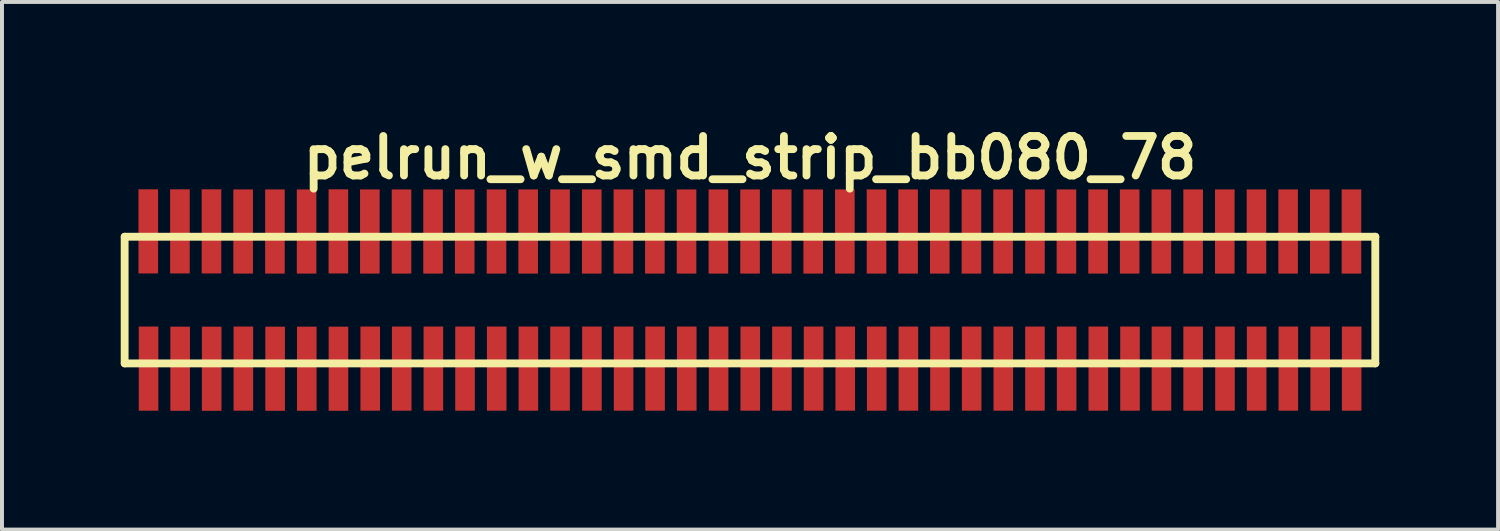
<source format=kicad_pcb>
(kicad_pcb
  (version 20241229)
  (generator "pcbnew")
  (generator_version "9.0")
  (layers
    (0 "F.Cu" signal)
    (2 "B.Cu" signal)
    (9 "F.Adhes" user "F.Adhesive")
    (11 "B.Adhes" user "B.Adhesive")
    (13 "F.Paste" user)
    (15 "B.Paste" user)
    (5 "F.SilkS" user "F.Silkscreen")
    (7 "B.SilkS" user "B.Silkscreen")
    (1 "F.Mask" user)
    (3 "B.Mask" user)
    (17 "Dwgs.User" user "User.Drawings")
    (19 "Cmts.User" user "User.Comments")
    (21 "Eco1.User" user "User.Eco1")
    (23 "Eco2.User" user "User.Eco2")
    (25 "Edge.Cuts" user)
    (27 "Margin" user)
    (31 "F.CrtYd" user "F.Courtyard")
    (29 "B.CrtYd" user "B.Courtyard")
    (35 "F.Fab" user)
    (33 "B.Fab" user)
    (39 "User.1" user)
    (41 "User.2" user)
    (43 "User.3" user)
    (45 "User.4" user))
  (footprint "pelrun_w_smd_strip_bb080_78"
    (layer "F.Cu")
    (at 15.9 4.531)
    (property "Reference" "pelrun_w_smd_strip_bb080_78" (at 0 -3.599 0) (layer "F.SilkS") (effects (font (size 0.998 0.998) (thickness 0.198))))
    (attr through_hole)
    (fp_line (start -15.801 -1.6) (end -15.801 1.6) (stroke (width 0.198) (type solid)) (layer "F.SilkS"))
    (fp_line (start -15.799 1.6) (end 15.799 1.6) (stroke (width 0.198) (type solid)) (layer "F.SilkS"))
    (fp_line (start 15.796 1.6) (end 15.796 -1.6) (stroke (width 0.198) (type solid)) (layer "F.SilkS"))
    (fp_line (start 15.799 -1.6) (end -15.799 -1.6) (stroke (width 0.198) (type solid)) (layer "F.SilkS"))
    (pad "1" smd rect (at -15.197 1.732) (size 0.495 2.126) (layers "F.Cu" "F.Mask" "F.Paste"))
    (pad "2" smd rect (at -15.204 -1.735) (size 0.495 2.126) (layers "F.Cu" "F.Mask" "F.Paste"))
    (pad "3" smd rect (at -14.399 1.735) (size 0.495 2.126) (layers "F.Cu" "F.Mask" "F.Paste"))
    (pad "4" smd rect (at -14.404 -1.735) (size 0.495 2.126) (layers "F.Cu" "F.Mask" "F.Paste"))
    (pad "5" smd rect (at -13.602 1.735) (size 0.495 2.126) (layers "F.Cu" "F.Mask" "F.Paste"))
    (pad "6" smd rect (at -13.607 -1.735) (size 0.495 2.126) (layers "F.Cu" "F.Mask" "F.Paste"))
    (pad "7" smd rect (at -12.802 1.732) (size 0.495 2.126) (layers "F.Cu" "F.Mask" "F.Paste"))
    (pad "8" smd rect (at -12.807 -1.732) (size 0.495 2.126) (layers "F.Cu" "F.Mask" "F.Paste"))
    (pad "9" smd rect (at -11.999 1.735) (size 0.495 2.126) (layers "F.Cu" "F.Mask" "F.Paste"))
    (pad "10" smd rect (at -12.004 -1.732) (size 0.495 2.126) (layers "F.Cu" "F.Mask" "F.Paste"))
    (pad "11" smd rect (at -11.199 1.735) (size 0.495 2.126) (layers "F.Cu" "F.Mask" "F.Paste"))
    (pad "12" smd rect (at -11.204 -1.732) (size 0.495 2.126) (layers "F.Cu" "F.Mask" "F.Paste"))
    (pad "13" smd rect (at -10.399 1.735) (size 0.495 2.126) (layers "F.Cu" "F.Mask" "F.Paste"))
    (pad "14" smd rect (at -10.401 -1.735) (size 0.495 2.126) (layers "F.Cu" "F.Mask" "F.Paste"))
    (pad "15" smd rect (at -9.596 1.732) (size 0.495 2.126) (layers "F.Cu" "F.Mask" "F.Paste"))
    (pad "16" smd rect (at -9.606 -1.732) (size 0.495 2.126) (layers "F.Cu" "F.Mask" "F.Paste"))
    (pad "17" smd rect (at -8.801 1.732) (size 0.495 2.126) (layers "F.Cu" "F.Mask" "F.Paste"))
    (pad "18" smd rect (at -8.806 -1.732) (size 0.495 2.126) (layers "F.Cu" "F.Mask" "F.Paste"))
    (pad "19" smd rect (at -8.001 1.732) (size 0.495 2.126) (layers "F.Cu" "F.Mask" "F.Paste"))
    (pad "20" smd rect (at -8.009 -1.732) (size 0.495 2.126) (layers "F.Cu" "F.Mask" "F.Paste"))
    (pad "21" smd rect (at -7.201 1.732) (size 0.495 2.126) (layers "F.Cu" "F.Mask" "F.Paste"))
    (pad "22" smd rect (at -7.209 -1.732) (size 0.495 2.126) (layers "F.Cu" "F.Mask" "F.Paste"))
    (pad "23" smd rect (at -6.401 1.732) (size 0.495 2.126) (layers "F.Cu" "F.Mask" "F.Paste"))
    (pad "24" smd rect (at -6.406 -1.732) (size 0.495 2.126) (layers "F.Cu" "F.Mask" "F.Paste"))
    (pad "25" smd rect (at -5.601 1.732) (size 0.495 2.126) (layers "F.Cu" "F.Mask" "F.Paste"))
    (pad "26" smd rect (at -5.606 -1.732) (size 0.495 2.126) (layers "F.Cu" "F.Mask" "F.Paste"))
    (pad "27" smd rect (at -4.801 1.732) (size 0.495 2.126) (layers "F.Cu" "F.Mask" "F.Paste"))
    (pad "28" smd rect (at -4.801 -1.732) (size 0.495 2.126) (layers "F.Cu" "F.Mask" "F.Paste"))
    (pad "29" smd rect (at -3.995 1.732) (size 0.495 2.126) (layers "F.Cu" "F.Mask" "F.Paste"))
    (pad "30" smd rect (at -4 -1.732) (size 0.495 2.126) (layers "F.Cu" "F.Mask" "F.Paste"))
    (pad "31" smd rect (at -3.195 1.732) (size 0.495 2.126) (layers "F.Cu" "F.Mask" "F.Paste"))
    (pad "32" smd rect (at -3.2 -1.732) (size 0.495 2.126) (layers "F.Cu" "F.Mask" "F.Paste"))
    (pad "33" smd rect (at -2.4 1.732) (size 0.495 2.126) (layers "F.Cu" "F.Mask" "F.Paste"))
    (pad "34" smd rect (at -2.405 -1.732) (size 0.495 2.126) (layers "F.Cu" "F.Mask" "F.Paste"))
    (pad "35" smd rect (at -1.6 1.732) (size 0.495 2.126) (layers "F.Cu" "F.Mask" "F.Paste"))
    (pad "36" smd rect (at -1.605 -1.732) (size 0.495 2.126) (layers "F.Cu" "F.Mask" "F.Paste"))
    (pad "37" smd rect (at -0.795 1.732) (size 0.495 2.126) (layers "F.Cu" "F.Mask" "F.Paste"))
    (pad "38" smd rect (at -0.8 -1.732) (size 0.495 2.126) (layers "F.Cu" "F.Mask" "F.Paste"))
    (pad "39" smd rect (at 0.005 1.732) (size 0.495 2.126) (layers "F.Cu" "F.Mask" "F.Paste"))
    (pad "40" smd rect (at 0 -1.732) (size 0.495 2.126) (layers "F.Cu" "F.Mask" "F.Paste"))
    (pad "41" smd rect (at 0.805 1.732) (size 0.495 2.126) (layers "F.Cu" "F.Mask" "F.Paste"))
    (pad "42" smd rect (at 0.8 -1.732) (size 0.495 2.126) (layers "F.Cu" "F.Mask" "F.Paste"))
    (pad "43" smd rect (at 1.605 1.732) (size 0.495 2.126) (layers "F.Cu" "F.Mask" "F.Paste"))
    (pad "44" smd rect (at 1.595 -1.732) (size 0.495 2.126) (layers "F.Cu" "F.Mask" "F.Paste"))
    (pad "45" smd rect (at 2.405 1.732) (size 0.495 2.126) (layers "F.Cu" "F.Mask" "F.Paste"))
    (pad "46" smd rect (at 2.395 -1.732) (size 0.495 2.126) (layers "F.Cu" "F.Mask" "F.Paste"))
    (pad "47" smd rect (at 3.2 1.732) (size 0.495 2.126) (layers "F.Cu" "F.Mask" "F.Paste"))
    (pad "48" smd rect (at 3.195 -1.732) (size 0.495 2.126) (layers "F.Cu" "F.Mask" "F.Paste"))
    (pad "49" smd rect (at 4 1.732) (size 0.495 2.126) (layers "F.Cu" "F.Mask" "F.Paste"))
    (pad "50" smd rect (at 3.993 -1.732) (size 0.495 2.126) (layers "F.Cu" "F.Mask" "F.Paste"))
    (pad "51" smd rect (at 4.798 1.732) (size 0.495 2.126) (layers "F.Cu" "F.Mask" "F.Paste"))
    (pad "52" smd rect (at 4.793 -1.732) (size 0.495 2.126) (layers "F.Cu" "F.Mask" "F.Paste"))
    (pad "53" smd rect (at 5.598 1.732) (size 0.495 2.126) (layers "F.Cu" "F.Mask" "F.Paste"))
    (pad "54" smd rect (at 5.593 -1.732) (size 0.495 2.126) (layers "F.Cu" "F.Mask" "F.Paste"))
    (pad "55" smd rect (at 6.398 1.732) (size 0.495 2.126) (layers "F.Cu" "F.Mask" "F.Paste"))
    (pad "56" smd rect (at 6.393 -1.732) (size 0.495 2.126) (layers "F.Cu" "F.Mask" "F.Paste"))
    (pad "57" smd rect (at 7.198 1.732) (size 0.495 2.126) (layers "F.Cu" "F.Mask" "F.Paste"))
    (pad "58" smd rect (at 7.198 -1.732) (size 0.495 2.126) (layers "F.Cu" "F.Mask" "F.Paste"))
    (pad "59" smd rect (at 7.998 1.732) (size 0.495 2.126) (layers "F.Cu" "F.Mask" "F.Paste"))
    (pad "60" smd rect (at 7.993 -1.732) (size 0.495 2.126) (layers "F.Cu" "F.Mask" "F.Paste"))
    (pad "61" smd rect (at 8.799 1.732) (size 0.495 2.126) (layers "F.Cu" "F.Mask" "F.Paste"))
    (pad "62" smd rect (at 8.793 -1.732) (size 0.495 2.126) (layers "F.Cu" "F.Mask" "F.Paste"))
    (pad "63" smd rect (at 9.599 1.732) (size 0.495 2.126) (layers "F.Cu" "F.Mask" "F.Paste"))
    (pad "64" smd rect (at 9.591 -1.732) (size 0.495 2.126) (layers "F.Cu" "F.Mask" "F.Paste"))
    (pad "65" smd rect (at 10.394 1.732) (size 0.495 2.126) (layers "F.Cu" "F.Mask" "F.Paste"))
    (pad "66" smd rect (at 10.391 -1.732) (size 0.495 2.126) (layers "F.Cu" "F.Mask" "F.Paste"))
    (pad "67" smd rect (at 11.194 1.732) (size 0.495 2.126) (layers "F.Cu" "F.Mask" "F.Paste"))
    (pad "68" smd rect (at 11.194 -1.732) (size 0.495 2.126) (layers "F.Cu" "F.Mask" "F.Paste"))
    (pad "69" smd rect (at 11.999 1.732) (size 0.495 2.126) (layers "F.Cu" "F.Mask" "F.Paste"))
    (pad "70" smd rect (at 11.994 -1.732) (size 0.495 2.126) (layers "F.Cu" "F.Mask" "F.Paste"))
    (pad "71" smd rect (at 12.799 1.732) (size 0.495 2.126) (layers "F.Cu" "F.Mask" "F.Paste"))
    (pad "72" smd rect (at 12.794 -1.732) (size 0.495 2.126) (layers "F.Cu" "F.Mask" "F.Paste"))
    (pad "73" smd rect (at 13.599 1.732) (size 0.495 2.126) (layers "F.Cu" "F.Mask" "F.Paste"))
    (pad "74" smd rect (at 13.594 -1.732) (size 0.495 2.126) (layers "F.Cu" "F.Mask" "F.Paste"))
    (pad "75" smd rect (at 14.404 1.732) (size 0.495 2.126) (layers "F.Cu" "F.Mask" "F.Paste"))
    (pad "76" smd rect (at 14.394 -1.732) (size 0.495 2.126) (layers "F.Cu" "F.Mask" "F.Paste"))
    (pad "77" smd rect (at 15.199 1.732) (size 0.495 2.126) (layers "F.Cu" "F.Mask" "F.Paste"))
    (pad "78" smd rect (at 15.194 -1.732) (size 0.495 2.126) (layers "F.Cu" "F.Mask" "F.Paste")))
  (gr_rect
    (start -3 -3)
    (end 34.798 10.329)
    (stroke (width 0.1) (type default))
    (fill no)
    (layer "Edge.Cuts")))
</source>
